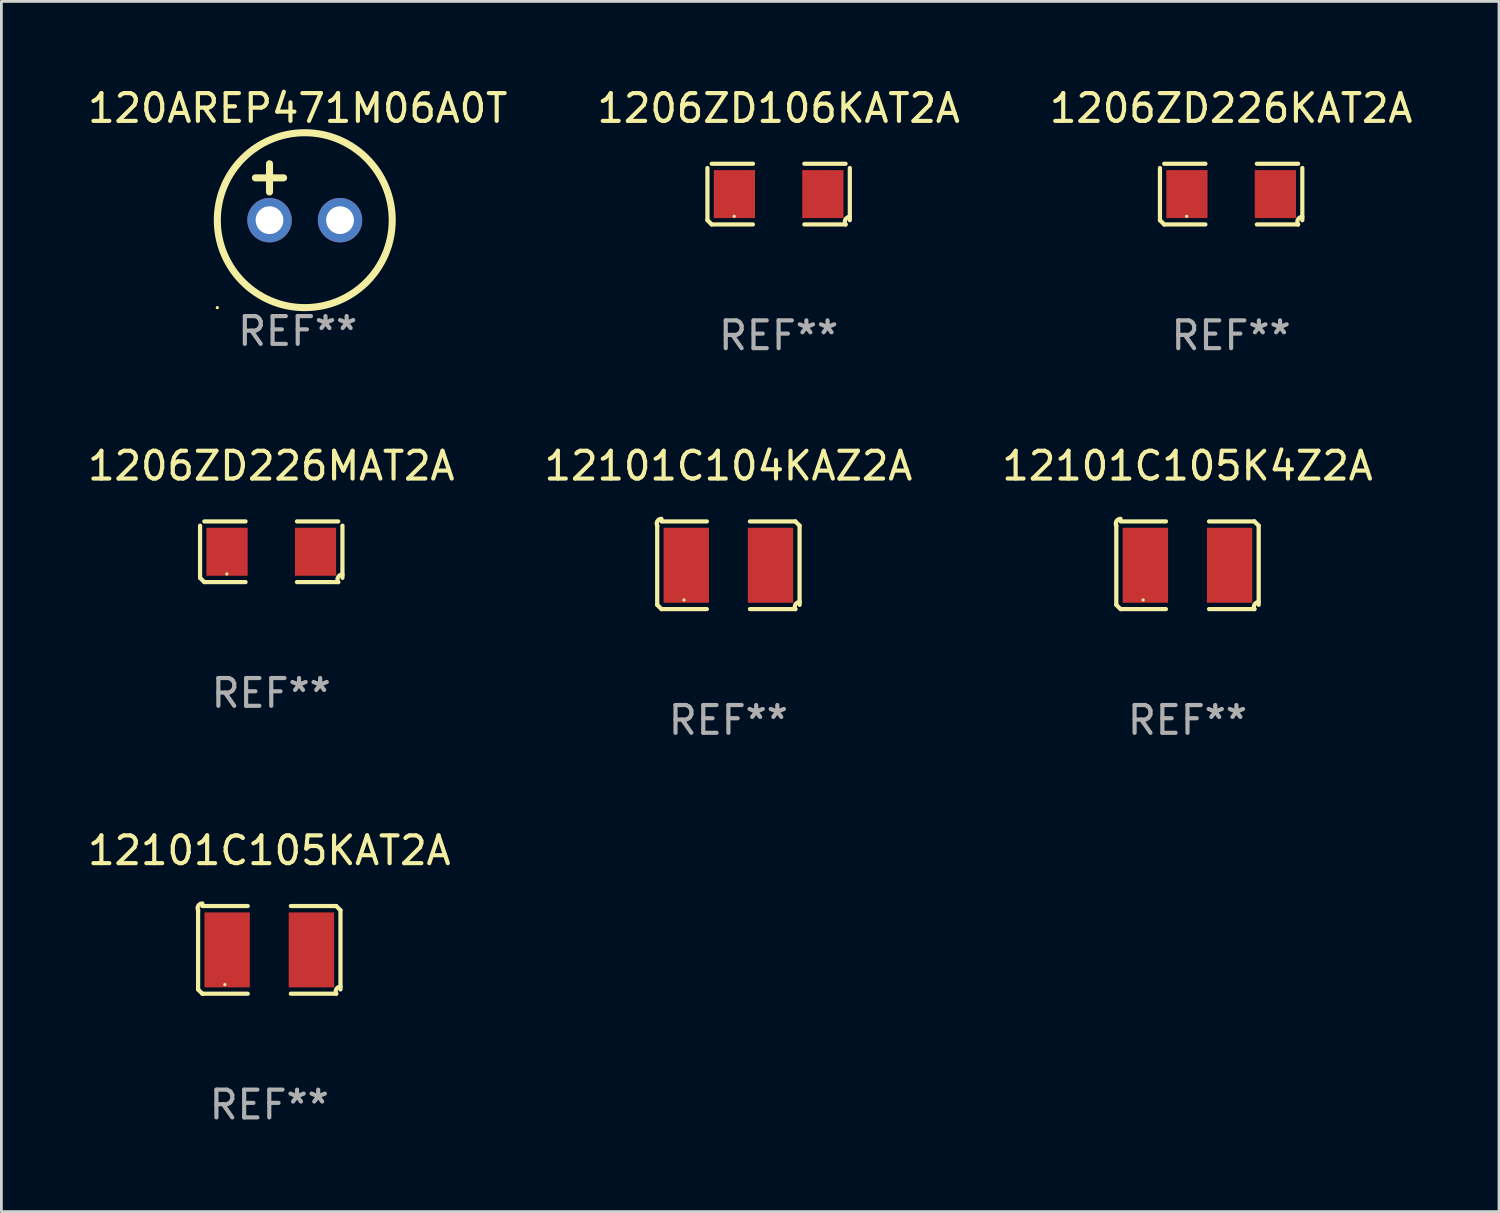
<source format=kicad_pcb>
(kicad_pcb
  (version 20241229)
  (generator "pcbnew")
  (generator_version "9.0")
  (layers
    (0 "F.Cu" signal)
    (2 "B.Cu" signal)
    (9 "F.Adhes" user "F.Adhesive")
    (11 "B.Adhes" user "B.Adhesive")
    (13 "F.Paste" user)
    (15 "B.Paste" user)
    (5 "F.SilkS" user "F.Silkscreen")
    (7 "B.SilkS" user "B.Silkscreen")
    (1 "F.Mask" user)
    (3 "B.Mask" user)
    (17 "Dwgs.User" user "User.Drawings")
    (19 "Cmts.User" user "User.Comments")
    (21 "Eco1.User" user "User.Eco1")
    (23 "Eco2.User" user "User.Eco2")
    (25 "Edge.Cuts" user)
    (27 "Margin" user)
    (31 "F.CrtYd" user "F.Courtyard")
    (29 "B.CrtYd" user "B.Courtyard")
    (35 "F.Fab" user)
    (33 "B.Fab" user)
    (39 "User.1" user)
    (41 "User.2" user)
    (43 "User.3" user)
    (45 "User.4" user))
  (footprint "1206ZD226KAT2A"
    (layer "F.Cu")
    (at 41.292 3.941)
    (property "Reference" "1206ZD226KAT2A" (at 0 -3.093 0) (layer "F.SilkS") (effects (font (size 1 1) (thickness 0.15))))
    (attr through_hole)
    (fp_line (start -2.564 0.94) (end -2.564 -0.94) (stroke (width 0.152) (type solid)) (layer "F.SilkS"))
    (fp_line (start -2.411 -1.093) (end -0.926 -1.093) (stroke (width 0.152) (type solid)) (layer "F.SilkS"))
    (fp_line (start -0.926 1.093) (end -2.411 1.093) (stroke (width 0.152) (type solid)) (layer "F.SilkS"))
    (fp_line (start 0.926 1.093) (end 2.411 1.093) (stroke (width 0.152) (type solid)) (layer "F.SilkS"))
    (fp_line (start 2.411 -1.093) (end 0.926 -1.093) (stroke (width 0.152) (type solid)) (layer "F.SilkS"))
    (fp_line (start 2.564 0.94) (end 2.564 -0.94) (stroke (width 0.152) (type solid)) (layer "F.SilkS"))
    (fp_arc (start -2.411201 1.092609) (mid -2.487413 1.01642) (end -2.563602 0.940208) (stroke (width 0.1524) (type solid)) (layer "F.SilkS"))
    (fp_arc (start 2.411201 1.092609) (mid 2.407159 0.911226) (end 2.563602 0.819347) (stroke (width 0.1524) (type solid)) (layer "F.SilkS"))
    (fp_circle (center -1.6 0.8) (end -1.57 0.8) (stroke (width 0.06) (type solid)) (fill no) (layer "F.SilkS"))
    (fp_text user "REF**" (at 0 5.093 0) (layer "F.Fab") (effects (font (size 1 1) (thickness 0.15))))
    (pad "1" smd rect (at -1.593 0) (size 1.485 1.728) (layers "F.Cu" "F.Mask" "F.Paste"))
    (pad "2" smd rect (at 1.593 0) (size 1.485 1.728) (layers "F.Cu" "F.Mask" "F.Paste")))
  (footprint "12101C105K4Z2A"
    (layer "F.Cu")
    (at 39.72 17.309)
    (property "Reference" "12101C105K4Z2A" (at 0 -3.579 0) (layer "F.SilkS") (effects (font (size 1 1) (thickness 0.15))))
    (attr through_hole)
    (fp_line (start -2.564 1.426) (end -2.564 -1.426) (stroke (width 0.152) (type solid)) (layer "F.SilkS"))
    (fp_line (start -2.411 -1.579) (end -0.776 -1.579) (stroke (width 0.152) (type solid)) (layer "F.SilkS"))
    (fp_line (start -0.776 1.579) (end -2.411 1.579) (stroke (width 0.152) (type solid)) (layer "F.SilkS"))
    (fp_line (start 0.776 1.579) (end 2.411 1.579) (stroke (width 0.152) (type solid)) (layer "F.SilkS"))
    (fp_line (start 2.411 -1.579) (end 0.776 -1.579) (stroke (width 0.152) (type solid)) (layer "F.SilkS"))
    (fp_line (start 2.564 1.426) (end 2.564 -1.426) (stroke (width 0.152) (type solid)) (layer "F.SilkS"))
    (fp_arc (start -2.563602 -1.426213) (mid -2.555597 -1.591233) (end -2.411201 -1.671518) (stroke (width 0.1524) (type solid)) (layer "F.SilkS"))
    (fp_arc (start -2.5636 1.426214) (mid -2.487389 1.502402) (end -2.411201 1.578613) (stroke (width 0.1524) (type solid)) (layer "F.SilkS"))
    (fp_arc (start 2.411197 -1.578618) (mid 2.487403 -1.502419) (end 2.563602 -1.426213) (stroke (width 0.1524) (type solid)) (layer "F.SilkS"))
    (fp_arc (start 2.411201 1.578613) (mid 2.416214 1.409455) (end 2.563602 1.32629) (stroke (width 0.1524) (type solid)) (layer "F.SilkS"))
    (fp_circle (center -1.6 1.25) (end -1.57 1.25) (stroke (width 0.06) (type solid)) (fill no) (layer "F.SilkS"))
    (fp_text user "REF**" (at 0 5.579 0) (layer "F.Fab") (effects (font (size 1 1) (thickness 0.15))))
    (pad "1" smd rect (at -1.517 0) (size 1.635 2.7) (layers "F.Cu" "F.Mask" "F.Paste"))
    (pad "2" smd rect (at 1.517 0) (size 1.635 2.7) (layers "F.Cu" "F.Mask" "F.Paste")))
  (footprint "120AREP471M06A0T"
    (layer "F.Cu")
    (at 7.673 3.864)
    (property "Reference" "120AREP471M06A0T" (at 0 -3.016 0) (layer "F.SilkS") (effects (font (size 1 1) (thickness 0.15))))
    (attr through_hole)
    (fp_line (start -1.524 -0.508) (end -0.508 -0.508) (stroke (width 0.254) (type solid)) (layer "F.SilkS"))
    (fp_line (start -1.016 -1.016) (end -1.016 0) (stroke (width 0.254) (type solid)) (layer "F.SilkS"))
    (fp_circle (center -2.896 4.166) (end -2.866 4.166) (stroke (width 0.06) (type solid)) (fill no) (layer "F.SilkS"))
    (fp_circle (center 0.254 1.016) (end 3.404 1.016) (stroke (width 0.254) (type solid)) (fill no) (layer "F.SilkS"))
    (fp_text user "REF**" (at 0 5.016 0) (layer "F.Fab") (effects (font (size 1 1) (thickness 0.15))))
    (pad "1" thru_hole circle (at -1.016 1.016) (size 1.6 1.6) (drill 1) (layers "*.Cu" "*.Mask"))
    (pad "2" thru_hole circle (at 1.524 1.016) (size 1.6 1.6) (drill 1) (layers "*.Cu" "*.Mask")))
  (footprint "1206ZD106KAT2A"
    (layer "F.Cu")
    (at 24.994 3.941)
    (property "Reference" "1206ZD106KAT2A" (at 0 -3.093 0) (layer "F.SilkS") (effects (font (size 1 1) (thickness 0.15))))
    (attr through_hole)
    (fp_line (start -2.564 0.94) (end -2.564 -0.94) (stroke (width 0.152) (type solid)) (layer "F.SilkS"))
    (fp_line (start -2.411 -1.093) (end -0.926 -1.093) (stroke (width 0.152) (type solid)) (layer "F.SilkS"))
    (fp_line (start -0.926 1.093) (end -2.411 1.093) (stroke (width 0.152) (type solid)) (layer "F.SilkS"))
    (fp_line (start 0.926 1.093) (end 2.411 1.093) (stroke (width 0.152) (type solid)) (layer "F.SilkS"))
    (fp_line (start 2.411 -1.093) (end 0.926 -1.093) (stroke (width 0.152) (type solid)) (layer "F.SilkS"))
    (fp_line (start 2.564 0.94) (end 2.564 -0.94) (stroke (width 0.152) (type solid)) (layer "F.SilkS"))
    (fp_arc (start -2.411201 1.092609) (mid -2.487413 1.01642) (end -2.563602 0.940208) (stroke (width 0.1524) (type solid)) (layer "F.SilkS"))
    (fp_arc (start 2.411201 1.092609) (mid 2.407159 0.911226) (end 2.563602 0.819347) (stroke (width 0.1524) (type solid)) (layer "F.SilkS"))
    (fp_circle (center -1.6 0.8) (end -1.57 0.8) (stroke (width 0.06) (type solid)) (fill no) (layer "F.SilkS"))
    (fp_text user "REF**" (at 0 5.093 0) (layer "F.Fab") (effects (font (size 1 1) (thickness 0.15))))
    (pad "1" smd rect (at -1.593 0) (size 1.485 1.728) (layers "F.Cu" "F.Mask" "F.Paste"))
    (pad "2" smd rect (at 1.593 0) (size 1.485 1.728) (layers "F.Cu" "F.Mask" "F.Paste")))
  (footprint "1206ZD226MAT2A"
    (layer "F.Cu")
    (at 6.72 16.823)
    (property "Reference" "1206ZD226MAT2A" (at 0 -3.093 0) (layer "F.SilkS") (effects (font (size 1 1) (thickness 0.15))))
    (attr through_hole)
    (fp_line (start -2.564 0.94) (end -2.564 -0.94) (stroke (width 0.152) (type solid)) (layer "F.SilkS"))
    (fp_line (start -2.411 -1.093) (end -0.926 -1.093) (stroke (width 0.152) (type solid)) (layer "F.SilkS"))
    (fp_line (start -0.926 1.093) (end -2.411 1.093) (stroke (width 0.152) (type solid)) (layer "F.SilkS"))
    (fp_line (start 0.926 1.093) (end 2.411 1.093) (stroke (width 0.152) (type solid)) (layer "F.SilkS"))
    (fp_line (start 2.411 -1.093) (end 0.926 -1.093) (stroke (width 0.152) (type solid)) (layer "F.SilkS"))
    (fp_line (start 2.564 0.94) (end 2.564 -0.94) (stroke (width 0.152) (type solid)) (layer "F.SilkS"))
    (fp_arc (start -2.411201 1.092609) (mid -2.487413 1.01642) (end -2.563602 0.940208) (stroke (width 0.1524) (type solid)) (layer "F.SilkS"))
    (fp_arc (start 2.411201 1.092609) (mid 2.407159 0.911226) (end 2.563602 0.819347) (stroke (width 0.1524) (type solid)) (layer "F.SilkS"))
    (fp_circle (center -1.6 0.8) (end -1.57 0.8) (stroke (width 0.06) (type solid)) (fill no) (layer "F.SilkS"))
    (fp_text user "REF**" (at 0 5.093 0) (layer "F.Fab") (effects (font (size 1 1) (thickness 0.15))))
    (pad "1" smd rect (at -1.593 0) (size 1.485 1.728) (layers "F.Cu" "F.Mask" "F.Paste"))
    (pad "2" smd rect (at 1.593 0) (size 1.485 1.728) (layers "F.Cu" "F.Mask" "F.Paste")))
  (footprint "12101C104KAZ2A"
    (layer "F.Cu")
    (at 23.185 17.309)
    (property "Reference" "12101C104KAZ2A" (at 0 -3.579 0) (layer "F.SilkS") (effects (font (size 1 1) (thickness 0.15))))
    (attr through_hole)
    (fp_line (start -2.564 1.426) (end -2.564 -1.426) (stroke (width 0.152) (type solid)) (layer "F.SilkS"))
    (fp_line (start -2.411 -1.579) (end -0.776 -1.579) (stroke (width 0.152) (type solid)) (layer "F.SilkS"))
    (fp_line (start -0.776 1.579) (end -2.411 1.579) (stroke (width 0.152) (type solid)) (layer "F.SilkS"))
    (fp_line (start 0.776 1.579) (end 2.411 1.579) (stroke (width 0.152) (type solid)) (layer "F.SilkS"))
    (fp_line (start 2.411 -1.579) (end 0.776 -1.579) (stroke (width 0.152) (type solid)) (layer "F.SilkS"))
    (fp_line (start 2.564 1.426) (end 2.564 -1.426) (stroke (width 0.152) (type solid)) (layer "F.SilkS"))
    (fp_arc (start -2.563602 -1.426213) (mid -2.555597 -1.591233) (end -2.411201 -1.671518) (stroke (width 0.1524) (type solid)) (layer "F.SilkS"))
    (fp_arc (start -2.5636 1.426214) (mid -2.487389 1.502402) (end -2.411201 1.578613) (stroke (width 0.1524) (type solid)) (layer "F.SilkS"))
    (fp_arc (start 2.411197 -1.578618) (mid 2.487403 -1.502419) (end 2.563602 -1.426213) (stroke (width 0.1524) (type solid)) (layer "F.SilkS"))
    (fp_arc (start 2.411201 1.578613) (mid 2.416214 1.409455) (end 2.563602 1.32629) (stroke (width 0.1524) (type solid)) (layer "F.SilkS"))
    (fp_circle (center -1.6 1.25) (end -1.57 1.25) (stroke (width 0.06) (type solid)) (fill no) (layer "F.SilkS"))
    (fp_text user "REF**" (at 0 5.579 0) (layer "F.Fab") (effects (font (size 1 1) (thickness 0.15))))
    (pad "1" smd rect (at -1.517 0) (size 1.635 2.7) (layers "F.Cu" "F.Mask" "F.Paste"))
    (pad "2" smd rect (at 1.517 0) (size 1.635 2.7) (layers "F.Cu" "F.Mask" "F.Paste")))
  (footprint "12101C105KAT2A"
    (layer "F.Cu")
    (at 6.649 31.162)
    (property "Reference" "12101C105KAT2A" (at 0 -3.579 0) (layer "F.SilkS") (effects (font (size 1 1) (thickness 0.15))))
    (attr through_hole)
    (fp_line (start -2.564 1.426) (end -2.564 -1.426) (stroke (width 0.152) (type solid)) (layer "F.SilkS"))
    (fp_line (start -2.411 -1.579) (end -0.776 -1.579) (stroke (width 0.152) (type solid)) (layer "F.SilkS"))
    (fp_line (start -0.776 1.579) (end -2.411 1.579) (stroke (width 0.152) (type solid)) (layer "F.SilkS"))
    (fp_line (start 0.776 1.579) (end 2.411 1.579) (stroke (width 0.152) (type solid)) (layer "F.SilkS"))
    (fp_line (start 2.411 -1.579) (end 0.776 -1.579) (stroke (width 0.152) (type solid)) (layer "F.SilkS"))
    (fp_line (start 2.564 1.426) (end 2.564 -1.426) (stroke (width 0.152) (type solid)) (layer "F.SilkS"))
    (fp_arc (start -2.563602 -1.426213) (mid -2.555597 -1.591233) (end -2.411201 -1.671518) (stroke (width 0.1524) (type solid)) (layer "F.SilkS"))
    (fp_arc (start -2.5636 1.426214) (mid -2.487389 1.502402) (end -2.411201 1.578613) (stroke (width 0.1524) (type solid)) (layer "F.SilkS"))
    (fp_arc (start 2.411197 -1.578618) (mid 2.487403 -1.502419) (end 2.563602 -1.426213) (stroke (width 0.1524) (type solid)) (layer "F.SilkS"))
    (fp_arc (start 2.411201 1.578613) (mid 2.416214 1.409455) (end 2.563602 1.32629) (stroke (width 0.1524) (type solid)) (layer "F.SilkS"))
    (fp_circle (center -1.6 1.25) (end -1.57 1.25) (stroke (width 0.06) (type solid)) (fill no) (layer "F.SilkS"))
    (fp_text user "REF**" (at 0 5.579 0) (layer "F.Fab") (effects (font (size 1 1) (thickness 0.15))))
    (pad "1" smd rect (at -1.517 0) (size 1.635 2.7) (layers "F.Cu" "F.Mask" "F.Paste"))
    (pad "2" smd rect (at 1.517 0) (size 1.635 2.7) (layers "F.Cu" "F.Mask" "F.Paste")))
  (gr_rect
    (start -3 -3)
    (end 50.94 40.589)
    (stroke (width 0.1) (type default))
    (fill no)
    (layer "Edge.Cuts")))
</source>
